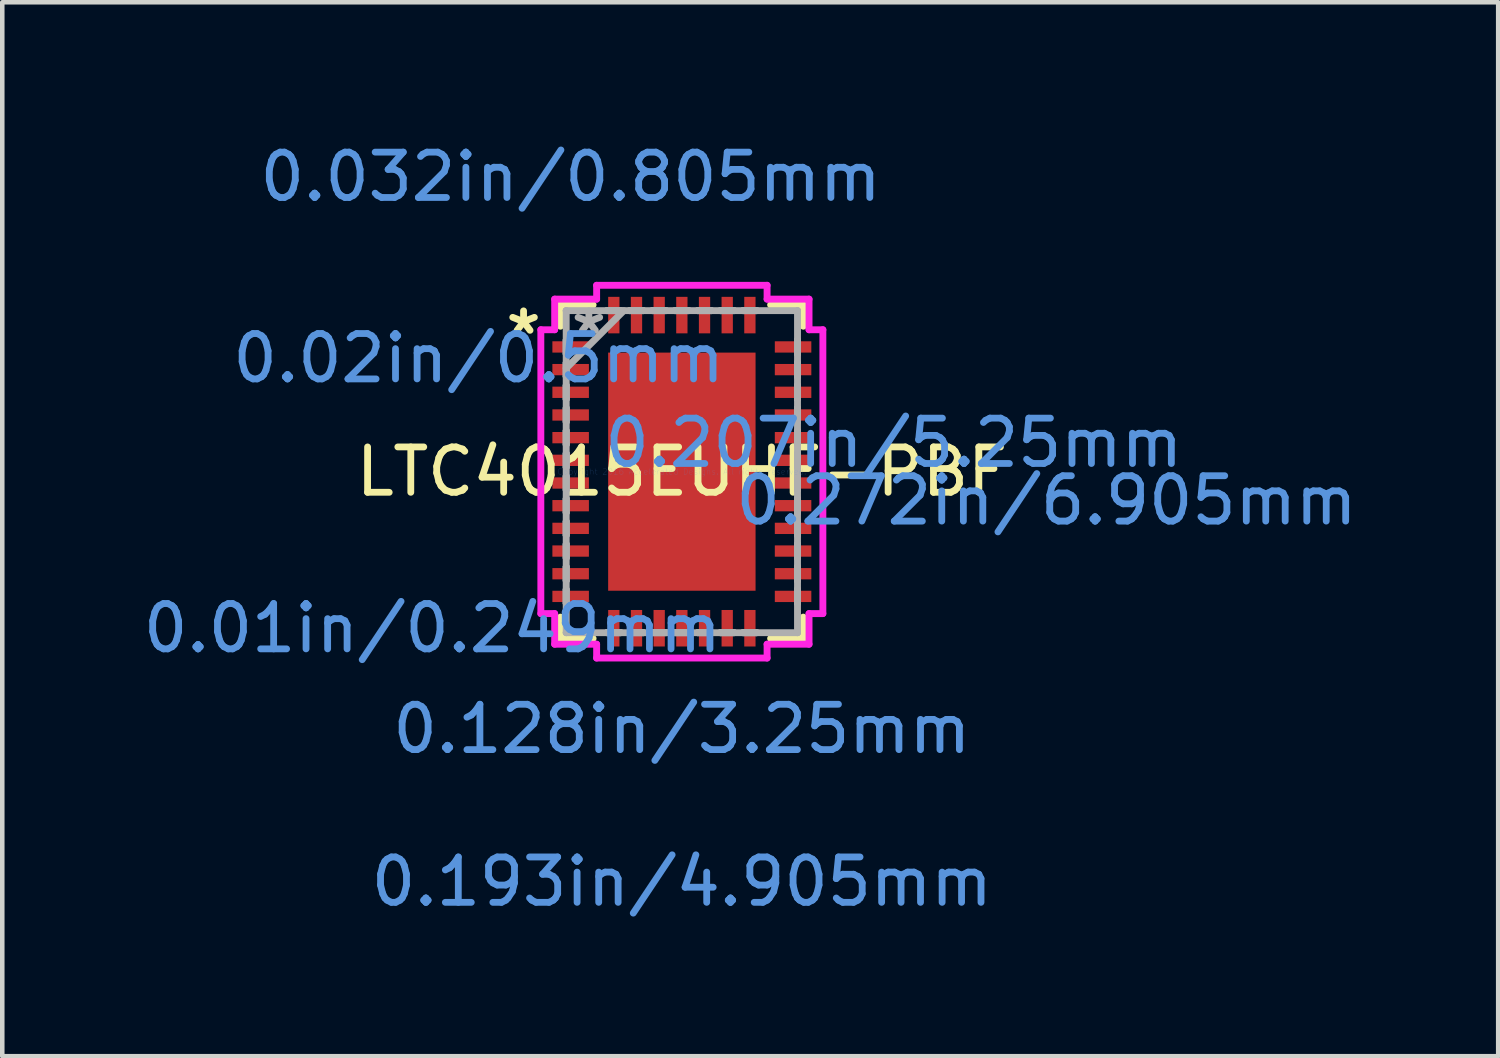
<source format=kicad_pcb>
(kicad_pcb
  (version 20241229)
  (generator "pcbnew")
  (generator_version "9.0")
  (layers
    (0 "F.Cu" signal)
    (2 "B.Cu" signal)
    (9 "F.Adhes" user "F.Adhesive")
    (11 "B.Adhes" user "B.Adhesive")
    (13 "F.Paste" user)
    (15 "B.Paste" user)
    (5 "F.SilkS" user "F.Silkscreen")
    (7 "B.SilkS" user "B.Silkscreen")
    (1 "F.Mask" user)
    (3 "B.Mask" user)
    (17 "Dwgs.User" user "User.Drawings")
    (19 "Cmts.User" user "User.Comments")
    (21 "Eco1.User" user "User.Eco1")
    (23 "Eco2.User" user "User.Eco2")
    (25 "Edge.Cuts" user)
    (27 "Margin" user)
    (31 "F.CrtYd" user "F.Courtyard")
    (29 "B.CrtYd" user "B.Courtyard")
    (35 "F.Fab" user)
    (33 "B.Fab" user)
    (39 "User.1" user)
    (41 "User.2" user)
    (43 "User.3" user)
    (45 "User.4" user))
  (footprint "LTC4015EUHF-PBF"
    (layer "F.Cu")
    (at 11.983 7.349)
    (property "Reference" "LTC4015EUHF-PBF" (at 0 0 0) (layer "F.SilkS") (effects (font (size 1 1) (thickness 0.15))))
    (attr through_hole)
    (fp_line (start -2.677 -3.677) (end -2.677 -3.207) (stroke (width 0.152) (type solid)) (layer "F.SilkS"))
    (fp_line (start -2.677 3.207) (end -2.677 3.677) (stroke (width 0.152) (type solid)) (layer "F.SilkS"))
    (fp_line (start -2.677 3.677) (end -1.957 3.677) (stroke (width 0.152) (type solid)) (layer "F.SilkS"))
    (fp_line (start -1.957 -3.677) (end -2.677 -3.677) (stroke (width 0.152) (type solid)) (layer "F.SilkS"))
    (fp_line (start 1.957 3.677) (end 2.677 3.677) (stroke (width 0.152) (type solid)) (layer "F.SilkS"))
    (fp_line (start 2.677 -3.677) (end 1.957 -3.677) (stroke (width 0.152) (type solid)) (layer "F.SilkS"))
    (fp_line (start 2.677 -3.207) (end 2.677 -3.677) (stroke (width 0.152) (type solid)) (layer "F.SilkS"))
    (fp_line (start 2.677 3.677) (end 2.677 3.207) (stroke (width 0.152) (type solid)) (layer "F.SilkS"))
    (fp_line (start -3.109 -3.129) (end -2.804 -3.129) (stroke (width 0.152) (type solid)) (layer "F.CrtYd"))
    (fp_line (start -3.109 3.129) (end -3.109 -3.129) (stroke (width 0.152) (type solid)) (layer "F.CrtYd"))
    (fp_line (start -2.804 -3.804) (end -1.879 -3.804) (stroke (width 0.152) (type solid)) (layer "F.CrtYd"))
    (fp_line (start -2.804 -3.129) (end -2.804 -3.804) (stroke (width 0.152) (type solid)) (layer "F.CrtYd"))
    (fp_line (start -2.804 3.129) (end -3.109 3.129) (stroke (width 0.152) (type solid)) (layer "F.CrtYd"))
    (fp_line (start -2.804 3.804) (end -2.804 3.129) (stroke (width 0.152) (type solid)) (layer "F.CrtYd"))
    (fp_line (start -1.879 -4.109) (end 1.879 -4.109) (stroke (width 0.152) (type solid)) (layer "F.CrtYd"))
    (fp_line (start -1.879 -3.804) (end -1.879 -4.109) (stroke (width 0.152) (type solid)) (layer "F.CrtYd"))
    (fp_line (start -1.879 3.804) (end -2.804 3.804) (stroke (width 0.152) (type solid)) (layer "F.CrtYd"))
    (fp_line (start -1.879 4.109) (end -1.879 3.804) (stroke (width 0.152) (type solid)) (layer "F.CrtYd"))
    (fp_line (start 1.879 -4.109) (end 1.879 -3.804) (stroke (width 0.152) (type solid)) (layer "F.CrtYd"))
    (fp_line (start 1.879 -3.804) (end 2.804 -3.804) (stroke (width 0.152) (type solid)) (layer "F.CrtYd"))
    (fp_line (start 1.879 3.804) (end 1.879 4.109) (stroke (width 0.152) (type solid)) (layer "F.CrtYd"))
    (fp_line (start 1.879 4.109) (end -1.879 4.109) (stroke (width 0.152) (type solid)) (layer "F.CrtYd"))
    (fp_line (start 2.804 -3.804) (end 2.804 -3.129) (stroke (width 0.152) (type solid)) (layer "F.CrtYd"))
    (fp_line (start 2.804 -3.129) (end 3.109 -3.129) (stroke (width 0.152) (type solid)) (layer "F.CrtYd"))
    (fp_line (start 2.804 3.129) (end 2.804 3.804) (stroke (width 0.152) (type solid)) (layer "F.CrtYd"))
    (fp_line (start 2.804 3.804) (end 1.879 3.804) (stroke (width 0.152) (type solid)) (layer "F.CrtYd"))
    (fp_line (start 3.109 -3.129) (end 3.109 3.129) (stroke (width 0.152) (type solid)) (layer "F.CrtYd"))
    (fp_line (start 3.109 3.129) (end 2.804 3.129) (stroke (width 0.152) (type solid)) (layer "F.CrtYd"))
    (fp_line (start -2.55 -3.55) (end -2.55 -3.55) (stroke (width 0.152) (type solid)) (layer "F.Fab"))
    (fp_line (start -2.55 -3.55) (end -2.55 3.55) (stroke (width 0.152) (type solid)) (layer "F.Fab"))
    (fp_line (start -2.55 -2.9) (end -2.55 -2.9) (stroke (width 0.152) (type solid)) (layer "F.Fab"))
    (fp_line (start -2.55 -2.9) (end -2.55 -2.6) (stroke (width 0.152) (type solid)) (layer "F.Fab"))
    (fp_line (start -2.55 -2.6) (end -2.55 -2.9) (stroke (width 0.152) (type solid)) (layer "F.Fab"))
    (fp_line (start -2.55 -2.6) (end -2.55 -2.6) (stroke (width 0.152) (type solid)) (layer "F.Fab"))
    (fp_line (start -2.55 -2.4) (end -2.55 -2.4) (stroke (width 0.152) (type solid)) (layer "F.Fab"))
    (fp_line (start -2.55 -2.4) (end -2.55 -2.1) (stroke (width 0.152) (type solid)) (layer "F.Fab"))
    (fp_line (start -2.55 -2.28) (end -1.28 -3.55) (stroke (width 0.152) (type solid)) (layer "F.Fab"))
    (fp_line (start -2.55 -2.1) (end -2.55 -2.4) (stroke (width 0.152) (type solid)) (layer "F.Fab"))
    (fp_line (start -2.55 -2.1) (end -2.55 -2.1) (stroke (width 0.152) (type solid)) (layer "F.Fab"))
    (fp_line (start -2.55 -1.9) (end -2.55 -1.9) (stroke (width 0.152) (type solid)) (layer "F.Fab"))
    (fp_line (start -2.55 -1.9) (end -2.55 -1.6) (stroke (width 0.152) (type solid)) (layer "F.Fab"))
    (fp_line (start -2.55 -1.6) (end -2.55 -1.9) (stroke (width 0.152) (type solid)) (layer "F.Fab"))
    (fp_line (start -2.55 -1.6) (end -2.55 -1.6) (stroke (width 0.152) (type solid)) (layer "F.Fab"))
    (fp_line (start -2.55 -1.4) (end -2.55 -1.4) (stroke (width 0.152) (type solid)) (layer "F.Fab"))
    (fp_line (start -2.55 -1.4) (end -2.55 -1.1) (stroke (width 0.152) (type solid)) (layer "F.Fab"))
    (fp_line (start -2.55 -1.1) (end -2.55 -1.4) (stroke (width 0.152) (type solid)) (layer "F.Fab"))
    (fp_line (start -2.55 -1.1) (end -2.55 -1.1) (stroke (width 0.152) (type solid)) (layer "F.Fab"))
    (fp_line (start -2.55 -0.9) (end -2.55 -0.9) (stroke (width 0.152) (type solid)) (layer "F.Fab"))
    (fp_line (start -2.55 -0.9) (end -2.55 -0.6) (stroke (width 0.152) (type solid)) (layer "F.Fab"))
    (fp_line (start -2.55 -0.6) (end -2.55 -0.9) (stroke (width 0.152) (type solid)) (layer "F.Fab"))
    (fp_line (start -2.55 -0.6) (end -2.55 -0.6) (stroke (width 0.152) (type solid)) (layer "F.Fab"))
    (fp_line (start -2.55 -0.4) (end -2.55 -0.4) (stroke (width 0.152) (type solid)) (layer "F.Fab"))
    (fp_line (start -2.55 -0.4) (end -2.55 -0.1) (stroke (width 0.152) (type solid)) (layer "F.Fab"))
    (fp_line (start -2.55 -0.1) (end -2.55 -0.4) (stroke (width 0.152) (type solid)) (layer "F.Fab"))
    (fp_line (start -2.55 -0.1) (end -2.55 -0.1) (stroke (width 0.152) (type solid)) (layer "F.Fab"))
    (fp_line (start -2.55 0.1) (end -2.55 0.1) (stroke (width 0.152) (type solid)) (layer "F.Fab"))
    (fp_line (start -2.55 0.1) (end -2.55 0.4) (stroke (width 0.152) (type solid)) (layer "F.Fab"))
    (fp_line (start -2.55 0.4) (end -2.55 0.1) (stroke (width 0.152) (type solid)) (layer "F.Fab"))
    (fp_line (start -2.55 0.4) (end -2.55 0.4) (stroke (width 0.152) (type solid)) (layer "F.Fab"))
    (fp_line (start -2.55 0.6) (end -2.55 0.6) (stroke (width 0.152) (type solid)) (layer "F.Fab"))
    (fp_line (start -2.55 0.6) (end -2.55 0.9) (stroke (width 0.152) (type solid)) (layer "F.Fab"))
    (fp_line (start -2.55 0.9) (end -2.55 0.6) (stroke (width 0.152) (type solid)) (layer "F.Fab"))
    (fp_line (start -2.55 0.9) (end -2.55 0.9) (stroke (width 0.152) (type solid)) (layer "F.Fab"))
    (fp_line (start -2.55 1.1) (end -2.55 1.1) (stroke (width 0.152) (type solid)) (layer "F.Fab"))
    (fp_line (start -2.55 1.1) (end -2.55 1.4) (stroke (width 0.152) (type solid)) (layer "F.Fab"))
    (fp_line (start -2.55 1.4) (end -2.55 1.1) (stroke (width 0.152) (type solid)) (layer "F.Fab"))
    (fp_line (start -2.55 1.4) (end -2.55 1.4) (stroke (width 0.152) (type solid)) (layer "F.Fab"))
    (fp_line (start -2.55 1.6) (end -2.55 1.6) (stroke (width 0.152) (type solid)) (layer "F.Fab"))
    (fp_line (start -2.55 1.6) (end -2.55 1.9) (stroke (width 0.152) (type solid)) (layer "F.Fab"))
    (fp_line (start -2.55 1.9) (end -2.55 1.6) (stroke (width 0.152) (type solid)) (layer "F.Fab"))
    (fp_line (start -2.55 1.9) (end -2.55 1.9) (stroke (width 0.152) (type solid)) (layer "F.Fab"))
    (fp_line (start -2.55 2.1) (end -2.55 2.1) (stroke (width 0.152) (type solid)) (layer "F.Fab"))
    (fp_line (start -2.55 2.1) (end -2.55 2.4) (stroke (width 0.152) (type solid)) (layer "F.Fab"))
    (fp_line (start -2.55 2.4) (end -2.55 2.1) (stroke (width 0.152) (type solid)) (layer "F.Fab"))
    (fp_line (start -2.55 2.4) (end -2.55 2.4) (stroke (width 0.152) (type solid)) (layer "F.Fab"))
    (fp_line (start -2.55 2.6) (end -2.55 2.6) (stroke (width 0.152) (type solid)) (layer "F.Fab"))
    (fp_line (start -2.55 2.6) (end -2.55 2.9) (stroke (width 0.152) (type solid)) (layer "F.Fab"))
    (fp_line (start -2.55 2.9) (end -2.55 2.6) (stroke (width 0.152) (type solid)) (layer "F.Fab"))
    (fp_line (start -2.55 2.9) (end -2.55 2.9) (stroke (width 0.152) (type solid)) (layer "F.Fab"))
    (fp_line (start -2.55 3.55) (end -2.55 3.55) (stroke (width 0.152) (type solid)) (layer "F.Fab"))
    (fp_line (start -2.55 3.55) (end 2.55 3.55) (stroke (width 0.152) (type solid)) (layer "F.Fab"))
    (fp_line (start -1.65 -3.55) (end -1.65 -3.55) (stroke (width 0.152) (type solid)) (layer "F.Fab"))
    (fp_line (start -1.65 -3.55) (end -1.35 -3.55) (stroke (width 0.152) (type solid)) (layer "F.Fab"))
    (fp_line (start -1.65 3.55) (end -1.65 3.55) (stroke (width 0.152) (type solid)) (layer "F.Fab"))
    (fp_line (start -1.65 3.55) (end -1.35 3.55) (stroke (width 0.152) (type solid)) (layer "F.Fab"))
    (fp_line (start -1.35 -3.55) (end -1.65 -3.55) (stroke (width 0.152) (type solid)) (layer "F.Fab"))
    (fp_line (start -1.35 -3.55) (end -1.35 -3.55) (stroke (width 0.152) (type solid)) (layer "F.Fab"))
    (fp_line (start -1.35 3.55) (end -1.65 3.55) (stroke (width 0.152) (type solid)) (layer "F.Fab"))
    (fp_line (start -1.35 3.55) (end -1.35 3.55) (stroke (width 0.152) (type solid)) (layer "F.Fab"))
    (fp_line (start -1.15 -3.55) (end -1.15 -3.55) (stroke (width 0.152) (type solid)) (layer "F.Fab"))
    (fp_line (start -1.15 -3.55) (end -0.85 -3.55) (stroke (width 0.152) (type solid)) (layer "F.Fab"))
    (fp_line (start -1.15 3.55) (end -1.15 3.55) (stroke (width 0.152) (type solid)) (layer "F.Fab"))
    (fp_line (start -1.15 3.55) (end -0.85 3.55) (stroke (width 0.152) (type solid)) (layer "F.Fab"))
    (fp_line (start -0.85 -3.55) (end -1.15 -3.55) (stroke (width 0.152) (type solid)) (layer "F.Fab"))
    (fp_line (start -0.85 -3.55) (end -0.85 -3.55) (stroke (width 0.152) (type solid)) (layer "F.Fab"))
    (fp_line (start -0.85 3.55) (end -1.15 3.55) (stroke (width 0.152) (type solid)) (layer "F.Fab"))
    (fp_line (start -0.85 3.55) (end -0.85 3.55) (stroke (width 0.152) (type solid)) (layer "F.Fab"))
    (fp_line (start -0.65 -3.55) (end -0.65 -3.55) (stroke (width 0.152) (type solid)) (layer "F.Fab"))
    (fp_line (start -0.65 -3.55) (end -0.35 -3.55) (stroke (width 0.152) (type solid)) (layer "F.Fab"))
    (fp_line (start -0.65 3.55) (end -0.65 3.55) (stroke (width 0.152) (type solid)) (layer "F.Fab"))
    (fp_line (start -0.65 3.55) (end -0.35 3.55) (stroke (width 0.152) (type solid)) (layer "F.Fab"))
    (fp_line (start -0.35 -3.55) (end -0.65 -3.55) (stroke (width 0.152) (type solid)) (layer "F.Fab"))
    (fp_line (start -0.35 -3.55) (end -0.35 -3.55) (stroke (width 0.152) (type solid)) (layer "F.Fab"))
    (fp_line (start -0.35 3.55) (end -0.65 3.55) (stroke (width 0.152) (type solid)) (layer "F.Fab"))
    (fp_line (start -0.35 3.55) (end -0.35 3.55) (stroke (width 0.152) (type solid)) (layer "F.Fab"))
    (fp_line (start -0.15 -3.55) (end -0.15 -3.55) (stroke (width 0.152) (type solid)) (layer "F.Fab"))
    (fp_line (start -0.15 -3.55) (end 0.15 -3.55) (stroke (width 0.152) (type solid)) (layer "F.Fab"))
    (fp_line (start -0.15 3.55) (end -0.15 3.55) (stroke (width 0.152) (type solid)) (layer "F.Fab"))
    (fp_line (start -0.15 3.55) (end 0.15 3.55) (stroke (width 0.152) (type solid)) (layer "F.Fab"))
    (fp_line (start 0.15 -3.55) (end -0.15 -3.55) (stroke (width 0.152) (type solid)) (layer "F.Fab"))
    (fp_line (start 0.15 -3.55) (end 0.15 -3.55) (stroke (width 0.152) (type solid)) (layer "F.Fab"))
    (fp_line (start 0.15 3.55) (end -0.15 3.55) (stroke (width 0.152) (type solid)) (layer "F.Fab"))
    (fp_line (start 0.15 3.55) (end 0.15 3.55) (stroke (width 0.152) (type solid)) (layer "F.Fab"))
    (fp_line (start 0.35 -3.55) (end 0.35 -3.55) (stroke (width 0.152) (type solid)) (layer "F.Fab"))
    (fp_line (start 0.35 -3.55) (end 0.65 -3.55) (stroke (width 0.152) (type solid)) (layer "F.Fab"))
    (fp_line (start 0.35 3.55) (end 0.35 3.55) (stroke (width 0.152) (type solid)) (layer "F.Fab"))
    (fp_line (start 0.35 3.55) (end 0.65 3.55) (stroke (width 0.152) (type solid)) (layer "F.Fab"))
    (fp_line (start 0.65 -3.55) (end 0.35 -3.55) (stroke (width 0.152) (type solid)) (layer "F.Fab"))
    (fp_line (start 0.65 -3.55) (end 0.65 -3.55) (stroke (width 0.152) (type solid)) (layer "F.Fab"))
    (fp_line (start 0.65 3.55) (end 0.35 3.55) (stroke (width 0.152) (type solid)) (layer "F.Fab"))
    (fp_line (start 0.65 3.55) (end 0.65 3.55) (stroke (width 0.152) (type solid)) (layer "F.Fab"))
    (fp_line (start 0.85 -3.55) (end 0.85 -3.55) (stroke (width 0.152) (type solid)) (layer "F.Fab"))
    (fp_line (start 0.85 -3.55) (end 1.15 -3.55) (stroke (width 0.152) (type solid)) (layer "F.Fab"))
    (fp_line (start 0.85 3.55) (end 0.85 3.55) (stroke (width 0.152) (type solid)) (layer "F.Fab"))
    (fp_line (start 0.85 3.55) (end 1.15 3.55) (stroke (width 0.152) (type solid)) (layer "F.Fab"))
    (fp_line (start 1.15 -3.55) (end 0.85 -3.55) (stroke (width 0.152) (type solid)) (layer "F.Fab"))
    (fp_line (start 1.15 -3.55) (end 1.15 -3.55) (stroke (width 0.152) (type solid)) (layer "F.Fab"))
    (fp_line (start 1.15 3.55) (end 0.85 3.55) (stroke (width 0.152) (type solid)) (layer "F.Fab"))
    (fp_line (start 1.15 3.55) (end 1.15 3.55) (stroke (width 0.152) (type solid)) (layer "F.Fab"))
    (fp_line (start 1.35 -3.55) (end 1.35 -3.55) (stroke (width 0.152) (type solid)) (layer "F.Fab"))
    (fp_line (start 1.35 -3.55) (end 1.65 -3.55) (stroke (width 0.152) (type solid)) (layer "F.Fab"))
    (fp_line (start 1.35 3.55) (end 1.35 3.55) (stroke (width 0.152) (type solid)) (layer "F.Fab"))
    (fp_line (start 1.35 3.55) (end 1.65 3.55) (stroke (width 0.152) (type solid)) (layer "F.Fab"))
    (fp_line (start 1.65 -3.55) (end 1.35 -3.55) (stroke (width 0.152) (type solid)) (layer "F.Fab"))
    (fp_line (start 1.65 -3.55) (end 1.65 -3.55) (stroke (width 0.152) (type solid)) (layer "F.Fab"))
    (fp_line (start 1.65 3.55) (end 1.35 3.55) (stroke (width 0.152) (type solid)) (layer "F.Fab"))
    (fp_line (start 1.65 3.55) (end 1.65 3.55) (stroke (width 0.152) (type solid)) (layer "F.Fab"))
    (fp_line (start 2.55 -3.55) (end -2.55 -3.55) (stroke (width 0.152) (type solid)) (layer "F.Fab"))
    (fp_line (start 2.55 -3.55) (end 2.55 -3.55) (stroke (width 0.152) (type solid)) (layer "F.Fab"))
    (fp_line (start 2.55 -2.9) (end 2.55 -2.9) (stroke (width 0.152) (type solid)) (layer "F.Fab"))
    (fp_line (start 2.55 -2.9) (end 2.55 -2.6) (stroke (width 0.152) (type solid)) (layer "F.Fab"))
    (fp_line (start 2.55 -2.6) (end 2.55 -2.9) (stroke (width 0.152) (type solid)) (layer "F.Fab"))
    (fp_line (start 2.55 -2.6) (end 2.55 -2.6) (stroke (width 0.152) (type solid)) (layer "F.Fab"))
    (fp_line (start 2.55 -2.4) (end 2.55 -2.4) (stroke (width 0.152) (type solid)) (layer "F.Fab"))
    (fp_line (start 2.55 -2.4) (end 2.55 -2.1) (stroke (width 0.152) (type solid)) (layer "F.Fab"))
    (fp_line (start 2.55 -2.1) (end 2.55 -2.4) (stroke (width 0.152) (type solid)) (layer "F.Fab"))
    (fp_line (start 2.55 -2.1) (end 2.55 -2.1) (stroke (width 0.152) (type solid)) (layer "F.Fab"))
    (fp_line (start 2.55 -1.9) (end 2.55 -1.9) (stroke (width 0.152) (type solid)) (layer "F.Fab"))
    (fp_line (start 2.55 -1.9) (end 2.55 -1.6) (stroke (width 0.152) (type solid)) (layer "F.Fab"))
    (fp_line (start 2.55 -1.6) (end 2.55 -1.9) (stroke (width 0.152) (type solid)) (layer "F.Fab"))
    (fp_line (start 2.55 -1.6) (end 2.55 -1.6) (stroke (width 0.152) (type solid)) (layer "F.Fab"))
    (fp_line (start 2.55 -1.4) (end 2.55 -1.4) (stroke (width 0.152) (type solid)) (layer "F.Fab"))
    (fp_line (start 2.55 -1.4) (end 2.55 -1.1) (stroke (width 0.152) (type solid)) (layer "F.Fab"))
    (fp_line (start 2.55 -1.1) (end 2.55 -1.4) (stroke (width 0.152) (type solid)) (layer "F.Fab"))
    (fp_line (start 2.55 -1.1) (end 2.55 -1.1) (stroke (width 0.152) (type solid)) (layer "F.Fab"))
    (fp_line (start 2.55 -0.9) (end 2.55 -0.9) (stroke (width 0.152) (type solid)) (layer "F.Fab"))
    (fp_line (start 2.55 -0.9) (end 2.55 -0.6) (stroke (width 0.152) (type solid)) (layer "F.Fab"))
    (fp_line (start 2.55 -0.6) (end 2.55 -0.9) (stroke (width 0.152) (type solid)) (layer "F.Fab"))
    (fp_line (start 2.55 -0.6) (end 2.55 -0.6) (stroke (width 0.152) (type solid)) (layer "F.Fab"))
    (fp_line (start 2.55 -0.4) (end 2.55 -0.4) (stroke (width 0.152) (type solid)) (layer "F.Fab"))
    (fp_line (start 2.55 -0.4) (end 2.55 -0.1) (stroke (width 0.152) (type solid)) (layer "F.Fab"))
    (fp_line (start 2.55 -0.1) (end 2.55 -0.4) (stroke (width 0.152) (type solid)) (layer "F.Fab"))
    (fp_line (start 2.55 -0.1) (end 2.55 -0.1) (stroke (width 0.152) (type solid)) (layer "F.Fab"))
    (fp_line (start 2.55 0.1) (end 2.55 0.1) (stroke (width 0.152) (type solid)) (layer "F.Fab"))
    (fp_line (start 2.55 0.1) (end 2.55 0.4) (stroke (width 0.152) (type solid)) (layer "F.Fab"))
    (fp_line (start 2.55 0.4) (end 2.55 0.1) (stroke (width 0.152) (type solid)) (layer "F.Fab"))
    (fp_line (start 2.55 0.4) (end 2.55 0.4) (stroke (width 0.152) (type solid)) (layer "F.Fab"))
    (fp_line (start 2.55 0.6) (end 2.55 0.6) (stroke (width 0.152) (type solid)) (layer "F.Fab"))
    (fp_line (start 2.55 0.6) (end 2.55 0.9) (stroke (width 0.152) (type solid)) (layer "F.Fab"))
    (fp_line (start 2.55 0.9) (end 2.55 0.6) (stroke (width 0.152) (type solid)) (layer "F.Fab"))
    (fp_line (start 2.55 0.9) (end 2.55 0.9) (stroke (width 0.152) (type solid)) (layer "F.Fab"))
    (fp_line (start 2.55 1.1) (end 2.55 1.1) (stroke (width 0.152) (type solid)) (layer "F.Fab"))
    (fp_line (start 2.55 1.1) (end 2.55 1.4) (stroke (width 0.152) (type solid)) (layer "F.Fab"))
    (fp_line (start 2.55 1.4) (end 2.55 1.1) (stroke (width 0.152) (type solid)) (layer "F.Fab"))
    (fp_line (start 2.55 1.4) (end 2.55 1.4) (stroke (width 0.152) (type solid)) (layer "F.Fab"))
    (fp_line (start 2.55 1.6) (end 2.55 1.6) (stroke (width 0.152) (type solid)) (layer "F.Fab"))
    (fp_line (start 2.55 1.6) (end 2.55 1.9) (stroke (width 0.152) (type solid)) (layer "F.Fab"))
    (fp_line (start 2.55 1.9) (end 2.55 1.6) (stroke (width 0.152) (type solid)) (layer "F.Fab"))
    (fp_line (start 2.55 1.9) (end 2.55 1.9) (stroke (width 0.152) (type solid)) (layer "F.Fab"))
    (fp_line (start 2.55 2.1) (end 2.55 2.1) (stroke (width 0.152) (type solid)) (layer "F.Fab"))
    (fp_line (start 2.55 2.1) (end 2.55 2.4) (stroke (width 0.152) (type solid)) (layer "F.Fab"))
    (fp_line (start 2.55 2.4) (end 2.55 2.1) (stroke (width 0.152) (type solid)) (layer "F.Fab"))
    (fp_line (start 2.55 2.4) (end 2.55 2.4) (stroke (width 0.152) (type solid)) (layer "F.Fab"))
    (fp_line (start 2.55 2.6) (end 2.55 2.6) (stroke (width 0.152) (type solid)) (layer "F.Fab"))
    (fp_line (start 2.55 2.6) (end 2.55 2.9) (stroke (width 0.152) (type solid)) (layer "F.Fab"))
    (fp_line (start 2.55 2.9) (end 2.55 2.6) (stroke (width 0.152) (type solid)) (layer "F.Fab"))
    (fp_line (start 2.55 2.9) (end 2.55 2.9) (stroke (width 0.152) (type solid)) (layer "F.Fab"))
    (fp_line (start 2.55 3.55) (end 2.55 -3.55) (stroke (width 0.152) (type solid)) (layer "F.Fab"))
    (fp_line (start 2.55 3.55) (end 2.55 3.55) (stroke (width 0.152) (type solid)) (layer "F.Fab"))
    (fp_text user "*" (at -3.49 -3 0) (layer "F.SilkS") (effects (font (size 1 1) (thickness 0.15))))
    (fp_text user "0.01in/0.249mm" (at -5.5 3.452 0) (layer "Cmts.User") (effects (font (size 1 1) (thickness 0.15))))
    (fp_text user "0.032in/0.805mm" (at -2.452 -6.5 0) (layer "Cmts.User") (effects (font (size 1 1) (thickness 0.15))))
    (fp_text user "0.207in/5.25mm" (at 4.673 -0.635 0) (layer "Cmts.User") (effects (font (size 1 1) (thickness 0.15))))
    (fp_text user "0.128in/3.25mm" (at 0 5.673 0) (layer "Cmts.User") (effects (font (size 1 1) (thickness 0.15))))
    (fp_text user "0.193in/4.905mm" (at 0 9.04 0) (layer "Cmts.User") (effects (font (size 1 1) (thickness 0.15))))
    (fp_text user "0.272in/6.905mm" (at 8.04 0.635 0) (layer "Cmts.User") (effects (font (size 1 1) (thickness 0.15))))
    (fp_text user "0.02in/0.5mm" (at -4.48 -2.5 0) (layer "Cmts.User") (effects (font (size 1 1) (thickness 0.15))))
    (fp_text user "Copyright 2016 Accelerated Designs. All rights reserved." (at 0 0 0) (layer "Cmts.User") (effects (font (size 0.127 0.127) (thickness 0.002))))
    (fp_text user "*" (at -2.05 -3 0) (layer "F.Fab") (effects (font (size 1 1) (thickness 0.15))))
    (pad "1" smd rect (at -2.452 -2.75 90) (size 0.249 0.805) (layers "F.Cu" "F.Mask" "F.Paste"))
    (pad "2" smd rect (at -2.452 -2.25 90) (size 0.249 0.805) (layers "F.Cu" "F.Mask" "F.Paste"))
    (pad "3" smd rect (at -2.452 -1.75 90) (size 0.249 0.805) (layers "F.Cu" "F.Mask" "F.Paste"))
    (pad "4" smd rect (at -2.452 -1.25 90) (size 0.249 0.805) (layers "F.Cu" "F.Mask" "F.Paste"))
    (pad "5" smd rect (at -2.452 -0.75 90) (size 0.249 0.805) (layers "F.Cu" "F.Mask" "F.Paste"))
    (pad "6" smd rect (at -2.452 -0.25 90) (size 0.249 0.805) (layers "F.Cu" "F.Mask" "F.Paste"))
    (pad "7" smd rect (at -2.452 0.25 90) (size 0.249 0.805) (layers "F.Cu" "F.Mask" "F.Paste"))
    (pad "8" smd rect (at -2.452 0.75 90) (size 0.249 0.805) (layers "F.Cu" "F.Mask" "F.Paste"))
    (pad "9" smd rect (at -2.452 1.25 90) (size 0.249 0.805) (layers "F.Cu" "F.Mask" "F.Paste"))
    (pad "10" smd rect (at -2.452 1.75 90) (size 0.249 0.805) (layers "F.Cu" "F.Mask" "F.Paste"))
    (pad "11" smd rect (at -2.452 2.25 90) (size 0.249 0.805) (layers "F.Cu" "F.Mask" "F.Paste"))
    (pad "12" smd rect (at -2.452 2.75 90) (size 0.249 0.805) (layers "F.Cu" "F.Mask" "F.Paste"))
    (pad "13" smd rect (at -1.5 3.452) (size 0.249 0.805) (layers "F.Cu" "F.Mask" "F.Paste"))
    (pad "14" smd rect (at -1 3.452) (size 0.249 0.805) (layers "F.Cu" "F.Mask" "F.Paste"))
    (pad "15" smd rect (at -0.5 3.452) (size 0.249 0.805) (layers "F.Cu" "F.Mask" "F.Paste"))
    (pad "16" smd rect (at 0 3.452) (size 0.249 0.805) (layers "F.Cu" "F.Mask" "F.Paste"))
    (pad "17" smd rect (at 0.5 3.452) (size 0.249 0.805) (layers "F.Cu" "F.Mask" "F.Paste"))
    (pad "18" smd rect (at 1 3.452) (size 0.249 0.805) (layers "F.Cu" "F.Mask" "F.Paste"))
    (pad "19" smd rect (at 1.5 3.452) (size 0.249 0.805) (layers "F.Cu" "F.Mask" "F.Paste"))
    (pad "20" smd rect (at 2.452 2.75 90) (size 0.249 0.805) (layers "F.Cu" "F.Mask" "F.Paste"))
    (pad "21" smd rect (at 2.452 2.25 90) (size 0.249 0.805) (layers "F.Cu" "F.Mask" "F.Paste"))
    (pad "22" smd rect (at 2.452 1.75 90) (size 0.249 0.805) (layers "F.Cu" "F.Mask" "F.Paste"))
    (pad "23" smd rect (at 2.452 1.25 90) (size 0.249 0.805) (layers "F.Cu" "F.Mask" "F.Paste"))
    (pad "24" smd rect (at 2.452 0.75 90) (size 0.249 0.805) (layers "F.Cu" "F.Mask" "F.Paste"))
    (pad "25" smd rect (at 2.452 0.25 90) (size 0.249 0.805) (layers "F.Cu" "F.Mask" "F.Paste"))
    (pad "26" smd rect (at 2.452 -0.25 90) (size 0.249 0.805) (layers "F.Cu" "F.Mask" "F.Paste"))
    (pad "27" smd rect (at 2.452 -0.75 90) (size 0.249 0.805) (layers "F.Cu" "F.Mask" "F.Paste"))
    (pad "28" smd rect (at 2.452 -1.25 90) (size 0.249 0.805) (layers "F.Cu" "F.Mask" "F.Paste"))
    (pad "29" smd rect (at 2.452 -1.75 90) (size 0.249 0.805) (layers "F.Cu" "F.Mask" "F.Paste"))
    (pad "30" smd rect (at 2.452 -2.25 90) (size 0.249 0.805) (layers "F.Cu" "F.Mask" "F.Paste"))
    (pad "31" smd rect (at 2.452 -2.75 90) (size 0.249 0.805) (layers "F.Cu" "F.Mask" "F.Paste"))
    (pad "32" smd rect (at 1.5 -3.452) (size 0.249 0.805) (layers "F.Cu" "F.Mask" "F.Paste"))
    (pad "33" smd rect (at 1 -3.452) (size 0.249 0.805) (layers "F.Cu" "F.Mask" "F.Paste"))
    (pad "34" smd rect (at 0.5 -3.452) (size 0.249 0.805) (layers "F.Cu" "F.Mask" "F.Paste"))
    (pad "35" smd rect (at 0 -3.452) (size 0.249 0.805) (layers "F.Cu" "F.Mask" "F.Paste"))
    (pad "36" smd rect (at -0.5 -3.452) (size 0.249 0.805) (layers "F.Cu" "F.Mask" "F.Paste"))
    (pad "37" smd rect (at -1 -3.452) (size 0.249 0.805) (layers "F.Cu" "F.Mask" "F.Paste"))
    (pad "38" smd rect (at -1.5 -3.452) (size 0.249 0.805) (layers "F.Cu" "F.Mask" "F.Paste"))
    (pad "39" smd rect (at 0 0) (size 3.25 5.25) (layers "F.Cu" "F.Mask" "F.Paste")))
  (gr_rect
    (start -3 -3)
    (end 29.981 20.237)
    (stroke (width 0.1) (type default))
    (fill no)
    (layer "Edge.Cuts")))
</source>
